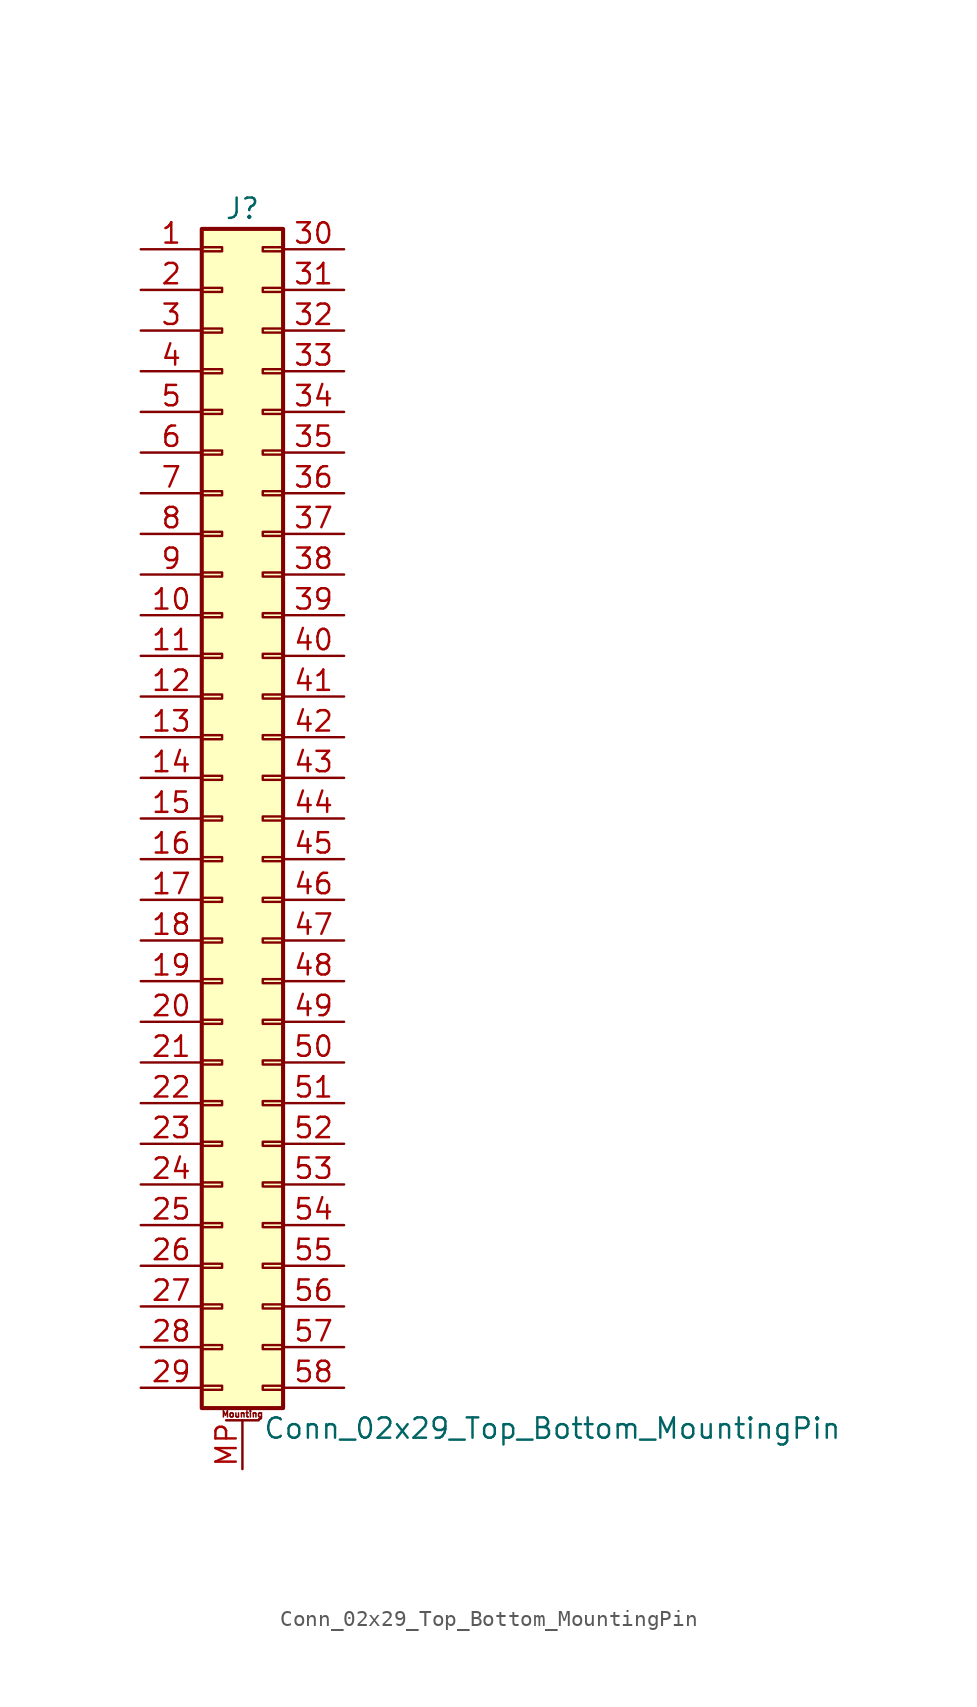
<source format=kicad_sym>
(kicad_symbol_lib
  (version 20201005)
  (generator kicad_symbol_editor)
  (symbol "Connector_Generic_MountingPin:Conn_02x29_Top_Bottom_MountingPin"
    (pin_names
      (offset 1.016) hide)
    (property "Reference" "J"
      (at 1.27 38.1 0)
      (effects (font (size 1.27 1.27))))
    (property "Value" "Conn_02x29_Top_Bottom_MountingPin"
      (at 2.54 -38.1 0)
      (effects (font (size 1.27 1.27)) (justify left)))
    (symbol "Conn_02x29_Top_Bottom_MountingPin_1_1"
      (text "Mounting" (at 1.27 -37.211 0) (effects (font (size 0.381 0.381))))
      (rectangle (start -1.27 -27.813) (end 0 -28.067) (stroke (width 0.152)) (fill (type none)))
      (rectangle (start -1.27 -30.353) (end 0 -30.607) (stroke (width 0.152)) (fill (type none)))
      (rectangle (start -1.27 -32.893) (end 0 -33.147) (stroke (width 0.152)) (fill (type none)))
      (rectangle (start -1.27 -35.433) (end 0 -35.687) (stroke (width 0.152)) (fill (type none)))
      (rectangle (start -1.27 -4.953) (end 0 -5.207) (stroke (width 0.152)) (fill (type none)))
      (rectangle (start -1.27 -7.493) (end 0 -7.747) (stroke (width 0.152)) (fill (type none)))
      (rectangle (start -1.27 -10.033) (end 0 -10.287) (stroke (width 0.152)) (fill (type none)))
      (rectangle (start -1.27 -12.573) (end 0 -12.827) (stroke (width 0.152)) (fill (type none)))
      (rectangle (start -1.27 -15.113) (end 0 -15.367) (stroke (width 0.152)) (fill (type none)))
      (rectangle (start -1.27 -17.653) (end 0 -17.907) (stroke (width 0.152)) (fill (type none)))
      (rectangle (start -1.27 -20.193) (end 0 -20.447) (stroke (width 0.152)) (fill (type none)))
      (rectangle (start -1.27 -22.733) (end 0 -22.987) (stroke (width 0.152)) (fill (type none)))
      (rectangle (start -1.27 -2.413) (end 0 -2.667) (stroke (width 0.152)) (fill (type none)))
      (rectangle (start -1.27 -25.273) (end 0 -25.527) (stroke (width 0.152)) (fill (type none)))
      (rectangle (start -1.27 25.527) (end 0 25.273) (stroke (width 0.152)) (fill (type none)))
      (rectangle (start -1.27 2.667) (end 0 2.413) (stroke (width 0.152)) (fill (type none)))
      (rectangle (start -1.27 28.067) (end 0 27.813) (stroke (width 0.152)) (fill (type none)))
      (rectangle (start -1.27 30.607) (end 0 30.353) (stroke (width 0.152)) (fill (type none)))
      (rectangle (start -1.27 33.147) (end 0 32.893) (stroke (width 0.152)) (fill (type none)))
      (rectangle (start -1.27 35.687) (end 0 35.433) (stroke (width 0.152)) (fill (type none)))
      (rectangle (start -1.27 36.83) (end 3.81 -36.83) (stroke (width 0.254)) (fill (type background)))
      (rectangle (start -1.27 5.207) (end 0 4.953) (stroke (width 0.152)) (fill (type none)))
      (rectangle (start -1.27 7.747) (end 0 7.493) (stroke (width 0.152)) (fill (type none)))
      (rectangle (start -1.27 10.287) (end 0 10.033) (stroke (width 0.152)) (fill (type none)))
      (rectangle (start -1.27 0.127) (end 0 -0.127) (stroke (width 0.152)) (fill (type none)))
      (rectangle (start -1.27 12.827) (end 0 12.573) (stroke (width 0.152)) (fill (type none)))
      (rectangle (start -1.27 15.367) (end 0 15.113) (stroke (width 0.152)) (fill (type none)))
      (rectangle (start -1.27 17.907) (end 0 17.653) (stroke (width 0.152)) (fill (type none)))
      (rectangle (start -1.27 20.447) (end 0 20.193) (stroke (width 0.152)) (fill (type none)))
      (rectangle (start -1.27 22.987) (end 0 22.733) (stroke (width 0.152)) (fill (type none)))
      (rectangle (start 3.81 -27.813) (end 2.54 -28.067) (stroke (width 0.152)) (fill (type none)))
      (rectangle (start 3.81 -30.353) (end 2.54 -30.607) (stroke (width 0.152)) (fill (type none)))
      (rectangle (start 3.81 -32.893) (end 2.54 -33.147) (stroke (width 0.152)) (fill (type none)))
      (rectangle (start 3.81 -35.433) (end 2.54 -35.687) (stroke (width 0.152)) (fill (type none)))
      (rectangle (start 3.81 -4.953) (end 2.54 -5.207) (stroke (width 0.152)) (fill (type none)))
      (rectangle (start 3.81 -7.493) (end 2.54 -7.747) (stroke (width 0.152)) (fill (type none)))
      (rectangle (start 3.81 -10.033) (end 2.54 -10.287) (stroke (width 0.152)) (fill (type none)))
      (rectangle (start 3.81 -12.573) (end 2.54 -12.827) (stroke (width 0.152)) (fill (type none)))
      (rectangle (start 3.81 -15.113) (end 2.54 -15.367) (stroke (width 0.152)) (fill (type none)))
      (rectangle (start 3.81 -17.653) (end 2.54 -17.907) (stroke (width 0.152)) (fill (type none)))
      (rectangle (start 3.81 -20.193) (end 2.54 -20.447) (stroke (width 0.152)) (fill (type none)))
      (rectangle (start 3.81 -22.733) (end 2.54 -22.987) (stroke (width 0.152)) (fill (type none)))
      (rectangle (start 3.81 -2.413) (end 2.54 -2.667) (stroke (width 0.152)) (fill (type none)))
      (rectangle (start 3.81 -25.273) (end 2.54 -25.527) (stroke (width 0.152)) (fill (type none)))
      (rectangle (start 3.81 25.527) (end 2.54 25.273) (stroke (width 0.152)) (fill (type none)))
      (rectangle (start 3.81 2.667) (end 2.54 2.413) (stroke (width 0.152)) (fill (type none)))
      (rectangle (start 3.81 28.067) (end 2.54 27.813) (stroke (width 0.152)) (fill (type none)))
      (rectangle (start 3.81 30.607) (end 2.54 30.353) (stroke (width 0.152)) (fill (type none)))
      (rectangle (start 3.81 33.147) (end 2.54 32.893) (stroke (width 0.152)) (fill (type none)))
      (rectangle (start 3.81 35.687) (end 2.54 35.433) (stroke (width 0.152)) (fill (type none)))
      (rectangle (start 3.81 5.207) (end 2.54 4.953) (stroke (width 0.152)) (fill (type none)))
      (rectangle (start 3.81 7.747) (end 2.54 7.493) (stroke (width 0.152)) (fill (type none)))
      (rectangle (start 3.81 10.287) (end 2.54 10.033) (stroke (width 0.152)) (fill (type none)))
      (rectangle (start 3.81 0.127) (end 2.54 -0.127) (stroke (width 0.152)) (fill (type none)))
      (rectangle (start 3.81 12.827) (end 2.54 12.573) (stroke (width 0.152)) (fill (type none)))
      (rectangle (start 3.81 15.367) (end 2.54 15.113) (stroke (width 0.152)) (fill (type none)))
      (rectangle (start 3.81 17.907) (end 2.54 17.653) (stroke (width 0.152)) (fill (type none)))
      (rectangle (start 3.81 20.447) (end 2.54 20.193) (stroke (width 0.152)) (fill (type none)))
      (rectangle (start 3.81 22.987) (end 2.54 22.733) (stroke (width 0.152)) (fill (type none)))
      (polyline (pts (xy 0.254 -37.592) (xy 2.286 -37.592)) (stroke (width 0.152)) (fill (type none)))
      (pin passive line (at 1.27 -40.64 90) (length 3.048) (name "MountPin" (effects (font (size 1.27 1.27)))) (number "MP" (effects (font (size 1.27 1.27)))))
      (pin passive line (at -5.08 35.56 0) (length 3.81) (name "Pin_1" (effects (font (size 1.27 1.27)))) (number "1" (effects (font (size 1.27 1.27)))))
      (pin passive line (at -5.08 12.7 0) (length 3.81) (name "Pin_10" (effects (font (size 1.27 1.27)))) (number "10" (effects (font (size 1.27 1.27)))))
      (pin passive line (at -5.08 10.16 0) (length 3.81) (name "Pin_11" (effects (font (size 1.27 1.27)))) (number "11" (effects (font (size 1.27 1.27)))))
      (pin passive line (at -5.08 7.62 0) (length 3.81) (name "Pin_12" (effects (font (size 1.27 1.27)))) (number "12" (effects (font (size 1.27 1.27)))))
      (pin passive line (at -5.08 5.08 0) (length 3.81) (name "Pin_13" (effects (font (size 1.27 1.27)))) (number "13" (effects (font (size 1.27 1.27)))))
      (pin passive line (at -5.08 2.54 0) (length 3.81) (name "Pin_14" (effects (font (size 1.27 1.27)))) (number "14" (effects (font (size 1.27 1.27)))))
      (pin passive line (at -5.08 0 0) (length 3.81) (name "Pin_15" (effects (font (size 1.27 1.27)))) (number "15" (effects (font (size 1.27 1.27)))))
      (pin passive line (at -5.08 -2.54 0) (length 3.81) (name "Pin_16" (effects (font (size 1.27 1.27)))) (number "16" (effects (font (size 1.27 1.27)))))
      (pin passive line (at -5.08 -5.08 0) (length 3.81) (name "Pin_17" (effects (font (size 1.27 1.27)))) (number "17" (effects (font (size 1.27 1.27)))))
      (pin passive line (at -5.08 -7.62 0) (length 3.81) (name "Pin_18" (effects (font (size 1.27 1.27)))) (number "18" (effects (font (size 1.27 1.27)))))
      (pin passive line (at -5.08 -10.16 0) (length 3.81) (name "Pin_19" (effects (font (size 1.27 1.27)))) (number "19" (effects (font (size 1.27 1.27)))))
      (pin passive line (at -5.08 33.02 0) (length 3.81) (name "Pin_2" (effects (font (size 1.27 1.27)))) (number "2" (effects (font (size 1.27 1.27)))))
      (pin passive line (at -5.08 -12.7 0) (length 3.81) (name "Pin_20" (effects (font (size 1.27 1.27)))) (number "20" (effects (font (size 1.27 1.27)))))
      (pin passive line (at -5.08 -15.24 0) (length 3.81) (name "Pin_21" (effects (font (size 1.27 1.27)))) (number "21" (effects (font (size 1.27 1.27)))))
      (pin passive line (at -5.08 -17.78 0) (length 3.81) (name "Pin_22" (effects (font (size 1.27 1.27)))) (number "22" (effects (font (size 1.27 1.27)))))
      (pin passive line (at -5.08 -20.32 0) (length 3.81) (name "Pin_23" (effects (font (size 1.27 1.27)))) (number "23" (effects (font (size 1.27 1.27)))))
      (pin passive line (at -5.08 -22.86 0) (length 3.81) (name "Pin_24" (effects (font (size 1.27 1.27)))) (number "24" (effects (font (size 1.27 1.27)))))
      (pin passive line (at -5.08 -25.4 0) (length 3.81) (name "Pin_25" (effects (font (size 1.27 1.27)))) (number "25" (effects (font (size 1.27 1.27)))))
      (pin passive line (at -5.08 -27.94 0) (length 3.81) (name "Pin_26" (effects (font (size 1.27 1.27)))) (number "26" (effects (font (size 1.27 1.27)))))
      (pin passive line (at -5.08 -30.48 0) (length 3.81) (name "Pin_27" (effects (font (size 1.27 1.27)))) (number "27" (effects (font (size 1.27 1.27)))))
      (pin passive line (at -5.08 -33.02 0) (length 3.81) (name "Pin_28" (effects (font (size 1.27 1.27)))) (number "28" (effects (font (size 1.27 1.27)))))
      (pin passive line (at -5.08 -35.56 0) (length 3.81) (name "Pin_29" (effects (font (size 1.27 1.27)))) (number "29" (effects (font (size 1.27 1.27)))))
      (pin passive line (at -5.08 30.48 0) (length 3.81) (name "Pin_3" (effects (font (size 1.27 1.27)))) (number "3" (effects (font (size 1.27 1.27)))))
      (pin passive line (at 7.62 35.56 180) (length 3.81) (name "Pin_30" (effects (font (size 1.27 1.27)))) (number "30" (effects (font (size 1.27 1.27)))))
      (pin passive line (at 7.62 33.02 180) (length 3.81) (name "Pin_31" (effects (font (size 1.27 1.27)))) (number "31" (effects (font (size 1.27 1.27)))))
      (pin passive line (at 7.62 30.48 180) (length 3.81) (name "Pin_32" (effects (font (size 1.27 1.27)))) (number "32" (effects (font (size 1.27 1.27)))))
      (pin passive line (at 7.62 27.94 180) (length 3.81) (name "Pin_33" (effects (font (size 1.27 1.27)))) (number "33" (effects (font (size 1.27 1.27)))))
      (pin passive line (at 7.62 25.4 180) (length 3.81) (name "Pin_34" (effects (font (size 1.27 1.27)))) (number "34" (effects (font (size 1.27 1.27)))))
      (pin passive line (at 7.62 22.86 180) (length 3.81) (name "Pin_35" (effects (font (size 1.27 1.27)))) (number "35" (effects (font (size 1.27 1.27)))))
      (pin passive line (at 7.62 20.32 180) (length 3.81) (name "Pin_36" (effects (font (size 1.27 1.27)))) (number "36" (effects (font (size 1.27 1.27)))))
      (pin passive line (at 7.62 17.78 180) (length 3.81) (name "Pin_37" (effects (font (size 1.27 1.27)))) (number "37" (effects (font (size 1.27 1.27)))))
      (pin passive line (at 7.62 15.24 180) (length 3.81) (name "Pin_38" (effects (font (size 1.27 1.27)))) (number "38" (effects (font (size 1.27 1.27)))))
      (pin passive line (at 7.62 12.7 180) (length 3.81) (name "Pin_39" (effects (font (size 1.27 1.27)))) (number "39" (effects (font (size 1.27 1.27)))))
      (pin passive line (at -5.08 27.94 0) (length 3.81) (name "Pin_4" (effects (font (size 1.27 1.27)))) (number "4" (effects (font (size 1.27 1.27)))))
      (pin passive line (at 7.62 10.16 180) (length 3.81) (name "Pin_40" (effects (font (size 1.27 1.27)))) (number "40" (effects (font (size 1.27 1.27)))))
      (pin passive line (at 7.62 7.62 180) (length 3.81) (name "Pin_41" (effects (font (size 1.27 1.27)))) (number "41" (effects (font (size 1.27 1.27)))))
      (pin passive line (at 7.62 5.08 180) (length 3.81) (name "Pin_42" (effects (font (size 1.27 1.27)))) (number "42" (effects (font (size 1.27 1.27)))))
      (pin passive line (at 7.62 2.54 180) (length 3.81) (name "Pin_43" (effects (font (size 1.27 1.27)))) (number "43" (effects (font (size 1.27 1.27)))))
      (pin passive line (at 7.62 0 180) (length 3.81) (name "Pin_44" (effects (font (size 1.27 1.27)))) (number "44" (effects (font (size 1.27 1.27)))))
      (pin passive line (at 7.62 -2.54 180) (length 3.81) (name "Pin_45" (effects (font (size 1.27 1.27)))) (number "45" (effects (font (size 1.27 1.27)))))
      (pin passive line (at 7.62 -5.08 180) (length 3.81) (name "Pin_46" (effects (font (size 1.27 1.27)))) (number "46" (effects (font (size 1.27 1.27)))))
      (pin passive line (at 7.62 -7.62 180) (length 3.81) (name "Pin_47" (effects (font (size 1.27 1.27)))) (number "47" (effects (font (size 1.27 1.27)))))
      (pin passive line (at 7.62 -10.16 180) (length 3.81) (name "Pin_48" (effects (font (size 1.27 1.27)))) (number "48" (effects (font (size 1.27 1.27)))))
      (pin passive line (at 7.62 -12.7 180) (length 3.81) (name "Pin_49" (effects (font (size 1.27 1.27)))) (number "49" (effects (font (size 1.27 1.27)))))
      (pin passive line (at -5.08 25.4 0) (length 3.81) (name "Pin_5" (effects (font (size 1.27 1.27)))) (number "5" (effects (font (size 1.27 1.27)))))
      (pin passive line (at 7.62 -15.24 180) (length 3.81) (name "Pin_50" (effects (font (size 1.27 1.27)))) (number "50" (effects (font (size 1.27 1.27)))))
      (pin passive line (at 7.62 -17.78 180) (length 3.81) (name "Pin_51" (effects (font (size 1.27 1.27)))) (number "51" (effects (font (size 1.27 1.27)))))
      (pin passive line (at 7.62 -20.32 180) (length 3.81) (name "Pin_52" (effects (font (size 1.27 1.27)))) (number "52" (effects (font (size 1.27 1.27)))))
      (pin passive line (at 7.62 -22.86 180) (length 3.81) (name "Pin_53" (effects (font (size 1.27 1.27)))) (number "53" (effects (font (size 1.27 1.27)))))
      (pin passive line (at 7.62 -25.4 180) (length 3.81) (name "Pin_54" (effects (font (size 1.27 1.27)))) (number "54" (effects (font (size 1.27 1.27)))))
      (pin passive line (at 7.62 -27.94 180) (length 3.81) (name "Pin_55" (effects (font (size 1.27 1.27)))) (number "55" (effects (font (size 1.27 1.27)))))
      (pin passive line (at 7.62 -30.48 180) (length 3.81) (name "Pin_56" (effects (font (size 1.27 1.27)))) (number "56" (effects (font (size 1.27 1.27)))))
      (pin passive line (at 7.62 -33.02 180) (length 3.81) (name "Pin_57" (effects (font (size 1.27 1.27)))) (number "57" (effects (font (size 1.27 1.27)))))
      (pin passive line (at 7.62 -35.56 180) (length 3.81) (name "Pin_58" (effects (font (size 1.27 1.27)))) (number "58" (effects (font (size 1.27 1.27)))))
      (pin passive line (at -5.08 22.86 0) (length 3.81) (name "Pin_6" (effects (font (size 1.27 1.27)))) (number "6" (effects (font (size 1.27 1.27)))))
      (pin passive line (at -5.08 20.32 0) (length 3.81) (name "Pin_7" (effects (font (size 1.27 1.27)))) (number "7" (effects (font (size 1.27 1.27)))))
      (pin passive line (at -5.08 17.78 0) (length 3.81) (name "Pin_8" (effects (font (size 1.27 1.27)))) (number "8" (effects (font (size 1.27 1.27)))))
      (pin passive line (at -5.08 15.24 0) (length 3.81) (name "Pin_9" (effects (font (size 1.27 1.27)))) (number "9" (effects (font (size 1.27 1.27))))))))
</source>
